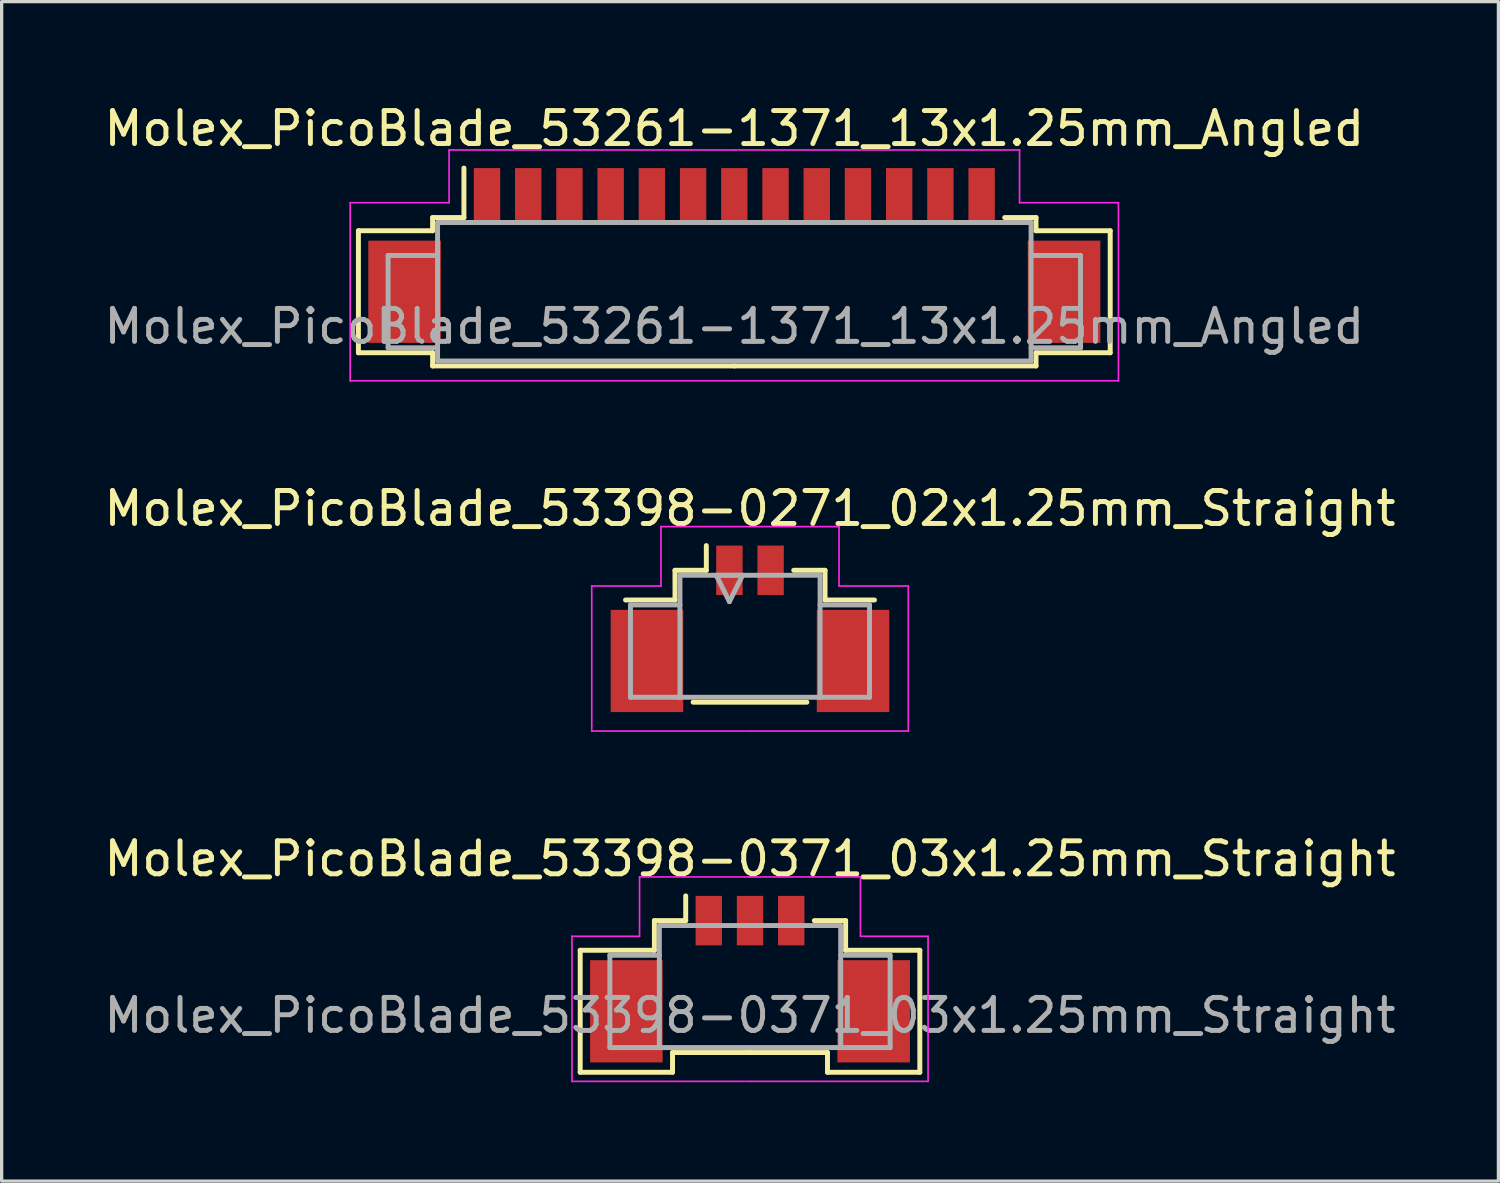
<source format=kicad_pcb>
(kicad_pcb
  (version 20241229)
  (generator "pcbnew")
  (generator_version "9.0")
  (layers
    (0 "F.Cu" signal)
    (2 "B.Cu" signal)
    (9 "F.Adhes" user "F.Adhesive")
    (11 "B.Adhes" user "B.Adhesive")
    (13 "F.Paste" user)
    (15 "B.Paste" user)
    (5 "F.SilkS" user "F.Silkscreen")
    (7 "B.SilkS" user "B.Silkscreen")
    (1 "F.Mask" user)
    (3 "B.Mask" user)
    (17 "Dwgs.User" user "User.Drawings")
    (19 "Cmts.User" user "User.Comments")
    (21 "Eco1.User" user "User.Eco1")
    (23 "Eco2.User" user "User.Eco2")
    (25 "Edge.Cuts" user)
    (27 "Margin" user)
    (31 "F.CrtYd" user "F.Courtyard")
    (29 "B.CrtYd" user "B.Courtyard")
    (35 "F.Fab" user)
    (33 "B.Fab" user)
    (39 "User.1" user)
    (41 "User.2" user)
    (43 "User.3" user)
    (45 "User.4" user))
  (footprint "Molex_PicoBlade_53398-0371_03x1.25mm_Straight"
    (layer "F.Cu")
    (at 19.696 26.245)
    (property "Reference" "Molex_PicoBlade_53398-0371_03x1.25mm_Straight" (at 0 -3.25 0) (layer "F.SilkS") (effects (font (size 1 1) (thickness 0.15))))
    (attr smd)
    (fp_line (start -5.15 -0.475) (end -5.15 3.225) (stroke (width 0.15) (type solid)) (layer "F.SilkS"))
    (fp_line (start -5.15 3.225) (end -2.35 3.225) (stroke (width 0.15) (type solid)) (layer "F.SilkS"))
    (fp_line (start -2.9 -1.375) (end -2.9 -0.475) (stroke (width 0.15) (type solid)) (layer "F.SilkS"))
    (fp_line (start -2.9 -0.475) (end -5.15 -0.475) (stroke (width 0.15) (type solid)) (layer "F.SilkS"))
    (fp_line (start -2.35 2.625) (end 0 2.625) (stroke (width 0.15) (type solid)) (layer "F.SilkS"))
    (fp_line (start -2.35 3.225) (end -2.35 2.625) (stroke (width 0.15) (type solid)) (layer "F.SilkS"))
    (fp_line (start -1.95 -1.375) (end -2.9 -1.375) (stroke (width 0.15) (type solid)) (layer "F.SilkS"))
    (fp_line (start -1.95 -1.375) (end -1.95 -2.125) (stroke (width 0.15) (type solid)) (layer "F.SilkS"))
    (fp_line (start 1.95 -1.375) (end 2.9 -1.375) (stroke (width 0.15) (type solid)) (layer "F.SilkS"))
    (fp_line (start 2.35 2.625) (end 0 2.625) (stroke (width 0.15) (type solid)) (layer "F.SilkS"))
    (fp_line (start 2.35 3.225) (end 2.35 2.625) (stroke (width 0.15) (type solid)) (layer "F.SilkS"))
    (fp_line (start 2.9 -1.375) (end 2.9 -0.475) (stroke (width 0.15) (type solid)) (layer "F.SilkS"))
    (fp_line (start 2.9 -0.475) (end 5.15 -0.475) (stroke (width 0.15) (type solid)) (layer "F.SilkS"))
    (fp_line (start 5.15 -0.475) (end 5.15 3.225) (stroke (width 0.15) (type solid)) (layer "F.SilkS"))
    (fp_line (start 5.15 3.225) (end 2.35 3.225) (stroke (width 0.15) (type solid)) (layer "F.SilkS"))
    (fp_line (start -5.4 -0.9) (end -5.4 3.5) (stroke (width 0.05) (type solid)) (layer "F.CrtYd"))
    (fp_line (start -5.4 3.5) (end 0 3.5) (stroke (width 0.05) (type solid)) (layer "F.CrtYd"))
    (fp_line (start -3.35 -2.7) (end -3.35 -0.9) (stroke (width 0.05) (type solid)) (layer "F.CrtYd"))
    (fp_line (start -3.35 -0.9) (end -5.4 -0.9) (stroke (width 0.05) (type solid)) (layer "F.CrtYd"))
    (fp_line (start 0 -2.7) (end -3.35 -2.7) (stroke (width 0.05) (type solid)) (layer "F.CrtYd"))
    (fp_line (start 0 -2.7) (end 3.35 -2.7) (stroke (width 0.05) (type solid)) (layer "F.CrtYd"))
    (fp_line (start 3.35 -2.7) (end 3.35 -0.9) (stroke (width 0.05) (type solid)) (layer "F.CrtYd"))
    (fp_line (start 3.35 -0.9) (end 5.4 -0.9) (stroke (width 0.05) (type solid)) (layer "F.CrtYd"))
    (fp_line (start 5.4 -0.9) (end 5.4 3.5) (stroke (width 0.05) (type solid)) (layer "F.CrtYd"))
    (fp_line (start 5.4 3.5) (end 0 3.5) (stroke (width 0.05) (type solid)) (layer "F.CrtYd"))
    (fp_line (start -4.25 -0.325) (end -2.75 -0.325) (stroke (width 0.15) (type solid)) (layer "F.Fab"))
    (fp_line (start -4.25 2.475) (end -4.25 -0.325) (stroke (width 0.15) (type solid)) (layer "F.Fab"))
    (fp_line (start -2.75 -1.225) (end -2.75 2.475) (stroke (width 0.15) (type solid)) (layer "F.Fab"))
    (fp_line (start -2.75 2.475) (end -4.25 2.475) (stroke (width 0.15) (type solid)) (layer "F.Fab"))
    (fp_line (start -2.75 2.475) (end 2.75 2.475) (stroke (width 0.15) (type solid)) (layer "F.Fab"))
    (fp_line (start 2.75 -1.225) (end -2.75 -1.225) (stroke (width 0.15) (type solid)) (layer "F.Fab"))
    (fp_line (start 2.75 2.475) (end 2.75 -1.225) (stroke (width 0.15) (type solid)) (layer "F.Fab"))
    (fp_line (start 2.75 2.475) (end 4.25 2.475) (stroke (width 0.15) (type solid)) (layer "F.Fab"))
    (fp_line (start 4.25 -0.325) (end 2.75 -0.325) (stroke (width 0.15) (type solid)) (layer "F.Fab"))
    (fp_line (start 4.25 2.475) (end 4.25 -0.325) (stroke (width 0.15) (type solid)) (layer "F.Fab"))
    (fp_text user "${REFERENCE}" (at 0 1.5 0) (layer "F.Fab") (effects (font (size 1 1) (thickness 0.15))))
    (pad "" smd rect (at -3.75 1.375) (size 2.2 3.1) (layers "F.Cu" "F.Mask" "F.Paste"))
    (pad "" smd rect (at 3.75 1.375) (size 2.2 3.1) (layers "F.Cu" "F.Mask" "F.Paste"))
    (pad "1" smd rect (at -1.25 -1.375) (size 0.8 1.5) (layers "F.Cu" "F.Mask" "F.Paste"))
    (pad "2" smd rect (at 0 -1.375) (size 0.8 1.5) (layers "F.Cu" "F.Mask" "F.Paste"))
    (pad "3" smd rect (at 1.25 -1.375) (size 0.8 1.5) (layers "F.Cu" "F.Mask" "F.Paste")))
  (footprint "Molex_PicoBlade_53398-0271_02x1.25mm_Straight"
    (layer "F.Cu")
    (at 19.696 15.621)
    (property "Reference" "Molex_PicoBlade_53398-0271_02x1.25mm_Straight" (at 0 -3.25 0) (layer "F.SilkS") (effects (font (size 1 1) (thickness 0.15))))
    (attr smd)
    (fp_line (start -2.275 -1.375) (end -2.275 -0.475) (stroke (width 0.15) (type solid)) (layer "F.SilkS"))
    (fp_line (start -2.275 -0.475) (end -3.775 -0.475) (stroke (width 0.15) (type solid)) (layer "F.SilkS"))
    (fp_line (start -1.725 2.625) (end 1.725 2.625) (stroke (width 0.15) (type solid)) (layer "F.SilkS"))
    (fp_line (start -1.325 -1.375) (end -2.275 -1.375) (stroke (width 0.15) (type solid)) (layer "F.SilkS"))
    (fp_line (start -1.325 -1.375) (end -1.325 -2.125) (stroke (width 0.15) (type solid)) (layer "F.SilkS"))
    (fp_line (start 1.325 -1.375) (end 2.275 -1.375) (stroke (width 0.15) (type solid)) (layer "F.SilkS"))
    (fp_line (start 2.275 -1.375) (end 2.275 -0.475) (stroke (width 0.15) (type solid)) (layer "F.SilkS"))
    (fp_line (start 2.275 -0.475) (end 3.775 -0.475) (stroke (width 0.15) (type solid)) (layer "F.SilkS"))
    (fp_line (start -4.8 -0.9) (end -4.8 3.5) (stroke (width 0.05) (type solid)) (layer "F.CrtYd"))
    (fp_line (start -4.8 3.5) (end 0 3.5) (stroke (width 0.05) (type solid)) (layer "F.CrtYd"))
    (fp_line (start -2.7 -2.7) (end -2.7 -0.9) (stroke (width 0.05) (type solid)) (layer "F.CrtYd"))
    (fp_line (start -2.7 -0.9) (end -4.8 -0.9) (stroke (width 0.05) (type solid)) (layer "F.CrtYd"))
    (fp_line (start 0 -2.7) (end -2.7 -2.7) (stroke (width 0.05) (type solid)) (layer "F.CrtYd"))
    (fp_line (start 0 -2.7) (end 2.7 -2.7) (stroke (width 0.05) (type solid)) (layer "F.CrtYd"))
    (fp_line (start 2.7 -2.7) (end 2.7 -0.9) (stroke (width 0.05) (type solid)) (layer "F.CrtYd"))
    (fp_line (start 2.7 -0.9) (end 4.8 -0.9) (stroke (width 0.05) (type solid)) (layer "F.CrtYd"))
    (fp_line (start 4.8 -0.9) (end 4.8 3.5) (stroke (width 0.05) (type solid)) (layer "F.CrtYd"))
    (fp_line (start 4.8 3.5) (end 0 3.5) (stroke (width 0.05) (type solid)) (layer "F.CrtYd"))
    (fp_line (start -3.625 -0.325) (end -2.125 -0.325) (stroke (width 0.15) (type solid)) (layer "F.Fab"))
    (fp_line (start -3.625 2.475) (end -3.625 -0.325) (stroke (width 0.15) (type solid)) (layer "F.Fab"))
    (fp_line (start -2.125 -1.225) (end -2.125 2.475) (stroke (width 0.15) (type solid)) (layer "F.Fab"))
    (fp_line (start -2.125 2.475) (end -3.625 2.475) (stroke (width 0.15) (type solid)) (layer "F.Fab"))
    (fp_line (start -2.125 2.475) (end 2.125 2.475) (stroke (width 0.15) (type solid)) (layer "F.Fab"))
    (fp_line (start -1.025 -1.225) (end -0.625 -0.425) (stroke (width 0.15) (type solid)) (layer "F.Fab"))
    (fp_line (start -0.625 -0.425) (end -0.225 -1.225) (stroke (width 0.15) (type solid)) (layer "F.Fab"))
    (fp_line (start -0.225 -1.225) (end -1.025 -1.225) (stroke (width 0.15) (type solid)) (layer "F.Fab"))
    (fp_line (start 2.125 -1.225) (end -2.125 -1.225) (stroke (width 0.15) (type solid)) (layer "F.Fab"))
    (fp_line (start 2.125 2.475) (end 2.125 -1.225) (stroke (width 0.15) (type solid)) (layer "F.Fab"))
    (fp_line (start 2.125 2.475) (end 3.625 2.475) (stroke (width 0.15) (type solid)) (layer "F.Fab"))
    (fp_line (start 3.625 -0.325) (end 2.125 -0.325) (stroke (width 0.15) (type solid)) (layer "F.Fab"))
    (fp_line (start 3.625 2.475) (end 3.625 -0.325) (stroke (width 0.15) (type solid)) (layer "F.Fab"))
    (pad "" smd rect (at -3.125 1.375) (size 2.2 3.1) (layers "F.Cu" "F.Mask" "F.Paste"))
    (pad "" smd rect (at 3.125 1.375) (size 2.2 3.1) (layers "F.Cu" "F.Mask" "F.Paste"))
    (pad "1" smd rect (at -0.625 -1.375) (size 0.8 1.5) (layers "F.Cu" "F.Mask" "F.Paste"))
    (pad "2" smd rect (at 0.625 -1.375) (size 0.8 1.5) (layers "F.Cu" "F.Mask" "F.Paste")))
  (footprint "Molex_PicoBlade_53261-1371_13x1.25mm_Angled"
    (layer "F.Cu")
    (at 19.22 4.348)
    (property "Reference" "Molex_PicoBlade_53261-1371_13x1.25mm_Angled" (at 0 -3.5 0) (layer "F.SilkS") (effects (font (size 1 1) (thickness 0.15))))
    (attr smd)
    (fp_line (start -11.4 -0.4) (end -11.4 3.3) (stroke (width 0.15) (type solid)) (layer "F.SilkS"))
    (fp_line (start -11.4 3.3) (end -9.15 3.3) (stroke (width 0.15) (type solid)) (layer "F.SilkS"))
    (fp_line (start -9.15 -0.8) (end -9.15 -0.4) (stroke (width 0.15) (type solid)) (layer "F.SilkS"))
    (fp_line (start -9.15 -0.4) (end -11.4 -0.4) (stroke (width 0.15) (type solid)) (layer "F.SilkS"))
    (fp_line (start -9.15 3.3) (end -9.15 3.7) (stroke (width 0.15) (type solid)) (layer "F.SilkS"))
    (fp_line (start -9.15 3.7) (end 0 3.7) (stroke (width 0.15) (type solid)) (layer "F.SilkS"))
    (fp_line (start -8.2 -0.8) (end -9.15 -0.8) (stroke (width 0.15) (type solid)) (layer "F.SilkS"))
    (fp_line (start -8.2 -0.8) (end -8.2 -2.3) (stroke (width 0.15) (type solid)) (layer "F.SilkS"))
    (fp_line (start 8.2 -0.8) (end 9.15 -0.8) (stroke (width 0.15) (type solid)) (layer "F.SilkS"))
    (fp_line (start 9.15 -0.8) (end 9.15 -0.4) (stroke (width 0.15) (type solid)) (layer "F.SilkS"))
    (fp_line (start 9.15 -0.4) (end 11.4 -0.4) (stroke (width 0.15) (type solid)) (layer "F.SilkS"))
    (fp_line (start 9.15 3.3) (end 9.15 3.7) (stroke (width 0.15) (type solid)) (layer "F.SilkS"))
    (fp_line (start 9.15 3.7) (end 0 3.7) (stroke (width 0.15) (type solid)) (layer "F.SilkS"))
    (fp_line (start 11.4 -0.4) (end 11.4 3.3) (stroke (width 0.15) (type solid)) (layer "F.SilkS"))
    (fp_line (start 11.4 3.3) (end 9.15 3.3) (stroke (width 0.15) (type solid)) (layer "F.SilkS"))
    (fp_line (start -11.65 -1.25) (end -11.65 4.15) (stroke (width 0.05) (type solid)) (layer "F.CrtYd"))
    (fp_line (start -11.65 4.15) (end 0 4.15) (stroke (width 0.05) (type solid)) (layer "F.CrtYd"))
    (fp_line (start -8.65 -2.85) (end -8.65 -1.25) (stroke (width 0.05) (type solid)) (layer "F.CrtYd"))
    (fp_line (start -8.65 -1.25) (end -11.65 -1.25) (stroke (width 0.05) (type solid)) (layer "F.CrtYd"))
    (fp_line (start 0 -2.85) (end -8.65 -2.85) (stroke (width 0.05) (type solid)) (layer "F.CrtYd"))
    (fp_line (start 0 -2.85) (end 8.65 -2.85) (stroke (width 0.05) (type solid)) (layer "F.CrtYd"))
    (fp_line (start 8.65 -2.85) (end 8.65 -1.25) (stroke (width 0.05) (type solid)) (layer "F.CrtYd"))
    (fp_line (start 8.65 -1.25) (end 11.65 -1.25) (stroke (width 0.05) (type solid)) (layer "F.CrtYd"))
    (fp_line (start 11.65 -1.25) (end 11.65 4.15) (stroke (width 0.05) (type solid)) (layer "F.CrtYd"))
    (fp_line (start 11.65 4.15) (end 0 4.15) (stroke (width 0.05) (type solid)) (layer "F.CrtYd"))
    (fp_line (start -10.5 0.35) (end -10.5 3.15) (stroke (width 0.15) (type solid)) (layer "F.Fab"))
    (fp_line (start -10.5 3.15) (end -9 3.15) (stroke (width 0.15) (type solid)) (layer "F.Fab"))
    (fp_line (start -9 -0.65) (end 9 -0.65) (stroke (width 0.15) (type solid)) (layer "F.Fab"))
    (fp_line (start -9 0.35) (end -10.5 0.35) (stroke (width 0.15) (type solid)) (layer "F.Fab"))
    (fp_line (start -9 3.55) (end -9 -0.65) (stroke (width 0.15) (type solid)) (layer "F.Fab"))
    (fp_line (start 9 -0.65) (end 9 3.55) (stroke (width 0.15) (type solid)) (layer "F.Fab"))
    (fp_line (start 9 0.35) (end 10.5 0.35) (stroke (width 0.15) (type solid)) (layer "F.Fab"))
    (fp_line (start 9 3.55) (end -9 3.55) (stroke (width 0.15) (type solid)) (layer "F.Fab"))
    (fp_line (start 10.5 0.35) (end 10.5 3.15) (stroke (width 0.15) (type solid)) (layer "F.Fab"))
    (fp_line (start 10.5 3.15) (end 9 3.15) (stroke (width 0.15) (type solid)) (layer "F.Fab"))
    (fp_text user "${REFERENCE}" (at 0 2.5 0) (layer "F.Fab") (effects (font (size 1 1) (thickness 0.15))))
    (pad "" smd rect (at -10 1.45) (size 2.2 3.1) (layers "F.Cu" "F.Mask" "F.Paste"))
    (pad "" smd rect (at 10 1.45) (size 2.2 3.1) (layers "F.Cu" "F.Mask" "F.Paste"))
    (pad "1" smd rect (at -7.5 -1.45) (size 0.8 1.7) (layers "F.Cu" "F.Mask" "F.Paste"))
    (pad "2" smd rect (at -6.25 -1.45) (size 0.8 1.7) (layers "F.Cu" "F.Mask" "F.Paste"))
    (pad "3" smd rect (at -5 -1.45) (size 0.8 1.7) (layers "F.Cu" "F.Mask" "F.Paste"))
    (pad "4" smd rect (at -3.75 -1.45) (size 0.8 1.7) (layers "F.Cu" "F.Mask" "F.Paste"))
    (pad "5" smd rect (at -2.5 -1.45) (size 0.8 1.7) (layers "F.Cu" "F.Mask" "F.Paste"))
    (pad "6" smd rect (at -1.25 -1.45) (size 0.8 1.7) (layers "F.Cu" "F.Mask" "F.Paste"))
    (pad "7" smd rect (at 0 -1.45) (size 0.8 1.7) (layers "F.Cu" "F.Mask" "F.Paste"))
    (pad "8" smd rect (at 1.25 -1.45) (size 0.8 1.7) (layers "F.Cu" "F.Mask" "F.Paste"))
    (pad "9" smd rect (at 2.5 -1.45) (size 0.8 1.7) (layers "F.Cu" "F.Mask" "F.Paste"))
    (pad "10" smd rect (at 3.75 -1.45) (size 0.8 1.7) (layers "F.Cu" "F.Mask" "F.Paste"))
    (pad "11" smd rect (at 5 -1.45) (size 0.8 1.7) (layers "F.Cu" "F.Mask" "F.Paste"))
    (pad "12" smd rect (at 6.25 -1.45) (size 0.8 1.7) (layers "F.Cu" "F.Mask" "F.Paste"))
    (pad "13" smd rect (at 7.5 -1.45) (size 0.8 1.7) (layers "F.Cu" "F.Mask" "F.Paste")))
  (gr_rect
    (start -3 -3)
    (end 42.393 32.77)
    (stroke (width 0.1) (type default))
    (fill no)
    (layer "Edge.Cuts")))
</source>
